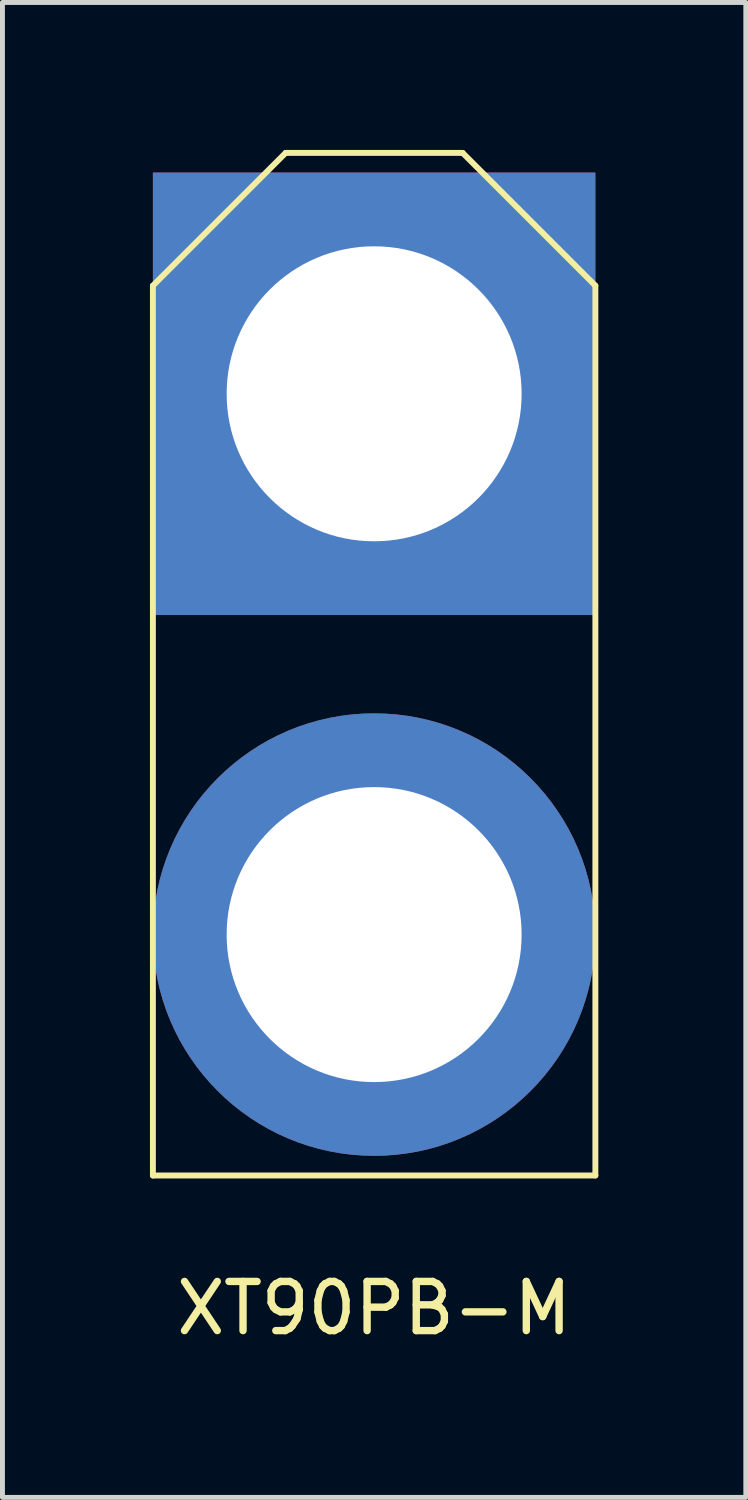
<source format=kicad_pcb>
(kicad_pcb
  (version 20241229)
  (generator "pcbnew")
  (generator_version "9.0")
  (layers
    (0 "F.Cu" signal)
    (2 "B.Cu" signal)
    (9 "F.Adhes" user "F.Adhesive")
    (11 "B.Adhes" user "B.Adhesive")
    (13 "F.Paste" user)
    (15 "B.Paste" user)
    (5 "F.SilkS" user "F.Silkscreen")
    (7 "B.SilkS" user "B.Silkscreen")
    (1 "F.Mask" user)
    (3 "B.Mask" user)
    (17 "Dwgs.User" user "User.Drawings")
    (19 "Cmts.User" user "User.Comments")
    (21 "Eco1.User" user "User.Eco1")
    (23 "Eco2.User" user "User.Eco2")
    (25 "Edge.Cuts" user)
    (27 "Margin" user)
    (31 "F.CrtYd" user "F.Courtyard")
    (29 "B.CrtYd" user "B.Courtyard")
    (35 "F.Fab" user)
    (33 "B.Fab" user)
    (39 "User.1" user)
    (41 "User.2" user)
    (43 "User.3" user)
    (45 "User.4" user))
  (footprint "XT90PB-M"
    (layer "F.Cu")
    (at 4.56 10.46)
    (property "Reference" "XT90PB-M" (at 0 13.1 0) (layer "F.SilkS") (effects (font (size 1 1) (thickness 0.15))))
    (attr through_hole)
    (fp_line (start -4.5 -7.7) (end -1.8 -10.4) (stroke (width 0.12) (type solid)) (layer "F.SilkS"))
    (fp_line (start -4.5 10.4) (end -4.5 -7.7) (stroke (width 0.12) (type solid)) (layer "F.SilkS"))
    (fp_line (start -4.5 10.4) (end 4.5 10.4) (stroke (width 0.12) (type solid)) (layer "F.SilkS"))
    (fp_line (start -1.8 -10.4) (end 1.8 -10.4) (stroke (width 0.12) (type solid)) (layer "F.SilkS"))
    (fp_line (start 1.8 -10.4) (end 4.5 -7.7) (stroke (width 0.12) (type solid)) (layer "F.SilkS"))
    (fp_line (start 4.5 10.4) (end 4.5 -7.7) (stroke (width 0.12) (type solid)) (layer "F.SilkS"))
    (pad "1" thru_hole rect (at 0 -5.5) (size 9 9) (drill 6) (layers "*.Cu" "*.Mask"))
    (pad "2" thru_hole circle (at 0 5.5) (size 9 9) (drill 6) (layers "*.Cu" "*.Mask")))
  (gr_rect
    (start -3 -3)
    (end 12.12 27.408)
    (stroke (width 0.1) (type default))
    (fill no)
    (layer "Edge.Cuts")))
</source>
